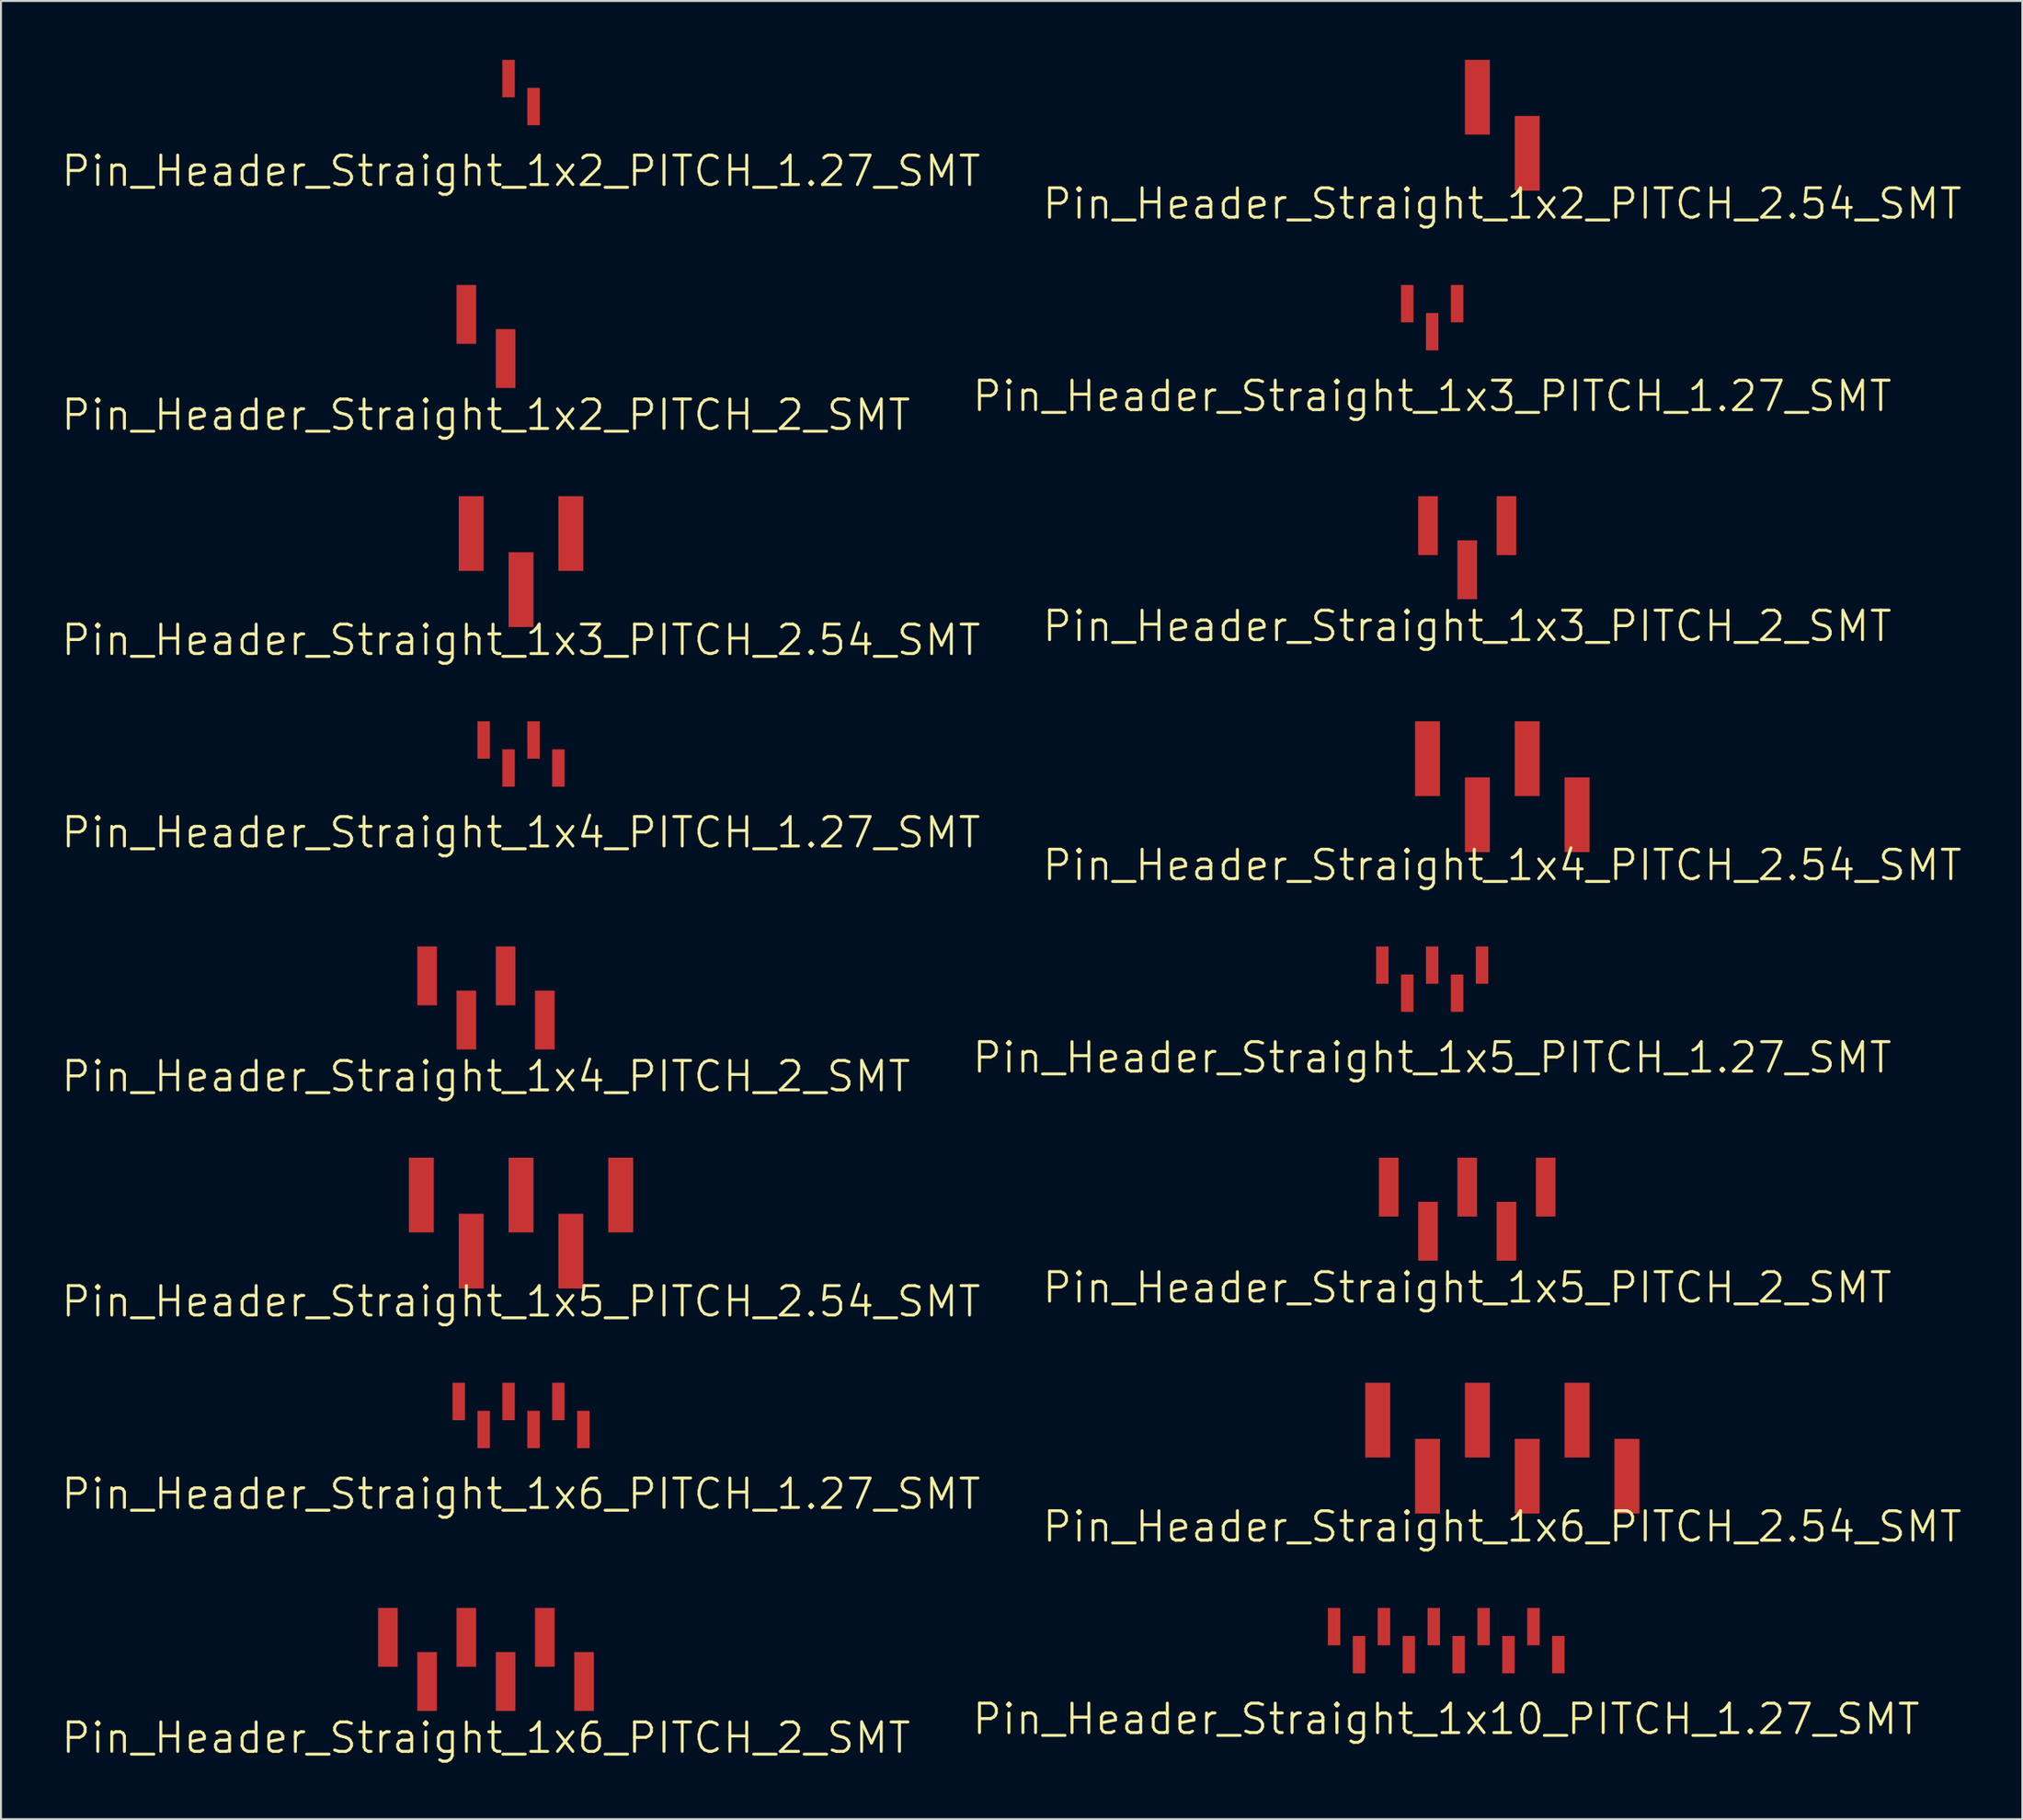
<source format=kicad_pcb>
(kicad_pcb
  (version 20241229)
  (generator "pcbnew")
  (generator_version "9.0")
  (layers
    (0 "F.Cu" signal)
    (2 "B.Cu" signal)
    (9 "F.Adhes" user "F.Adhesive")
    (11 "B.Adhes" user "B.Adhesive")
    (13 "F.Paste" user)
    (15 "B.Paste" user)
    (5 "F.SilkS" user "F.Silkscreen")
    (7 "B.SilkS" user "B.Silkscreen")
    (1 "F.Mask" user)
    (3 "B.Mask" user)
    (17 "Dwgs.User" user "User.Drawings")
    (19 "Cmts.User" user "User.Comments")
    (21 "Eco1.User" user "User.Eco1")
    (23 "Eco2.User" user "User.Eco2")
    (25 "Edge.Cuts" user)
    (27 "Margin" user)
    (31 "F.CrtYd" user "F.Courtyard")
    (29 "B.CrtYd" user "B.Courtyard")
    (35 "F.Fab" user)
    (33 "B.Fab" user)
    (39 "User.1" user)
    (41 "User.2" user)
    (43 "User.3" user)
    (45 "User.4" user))
  (footprint "Pin_Header_Straight_1x3_PITCH_2_SMT"
    (layer "F.Cu")
    (at 71.725 24.865)
    (property "Reference" "Pin_Header_Straight_1x3_PITCH_2_SMT" (at 0 4 0) (layer "F.SilkS") (effects (font (size 1.5 1.5) (thickness 0.15))))
    (attr through_hole)
    (pad "1" smd rect (at -2 -1.125) (size 1 3) (layers "F.Cu" "F.Mask" "F.Paste"))
    (pad "2" smd rect (at 0 1.125) (size 1 3) (layers "F.Cu" "F.Mask" "F.Paste"))
    (pad "3" smd rect (at 2 -1.125) (size 1 3) (layers "F.Cu" "F.Mask" "F.Paste")))
  (footprint "Pin_Header_Straight_1x3_PITCH_1.27_SMT"
    (layer "F.Cu")
    (at 69.939 13.141)
    (property "Reference" "Pin_Header_Straight_1x3_PITCH_1.27_SMT" (at 0 4 0) (layer "F.SilkS") (effects (font (size 1.5 1.5) (thickness 0.15))))
    (attr through_hole)
    (pad "1" smd rect (at -1.27 -0.714) (size 0.635 1.905) (layers "F.Cu" "F.Mask" "F.Paste"))
    (pad "2" smd rect (at 0 0.714) (size 0.635 1.905) (layers "F.Cu" "F.Mask" "F.Paste"))
    (pad "3" smd rect (at 1.27 -0.714) (size 0.635 1.905) (layers "F.Cu" "F.Mask" "F.Paste")))
  (footprint "Pin_Header_Straight_1x6_PITCH_2.54_SMT"
    (layer "F.Cu")
    (at 73.511 70.763)
    (property "Reference" "Pin_Header_Straight_1x6_PITCH_2.54_SMT" (at 0 4 0) (layer "F.SilkS") (effects (font (size 1.5 1.5) (thickness 0.15))))
    (attr through_hole)
    (pad "1" smd rect (at -6.35 -1.429) (size 1.27 3.81) (layers "F.Cu" "F.Mask" "F.Paste"))
    (pad "2" smd rect (at -3.81 1.429) (size 1.27 3.81) (layers "F.Cu" "F.Mask" "F.Paste"))
    (pad "3" smd rect (at -1.27 -1.429) (size 1.27 3.81) (layers "F.Cu" "F.Mask" "F.Paste"))
    (pad "4" smd rect (at 1.27 1.429) (size 1.27 3.81) (layers "F.Cu" "F.Mask" "F.Paste"))
    (pad "5" smd rect (at 3.81 -1.429) (size 1.27 3.81) (layers "F.Cu" "F.Mask" "F.Paste"))
    (pad "6" smd rect (at 6.35 1.429) (size 1.27 3.81) (layers "F.Cu" "F.Mask" "F.Paste")))
  (footprint "Pin_Header_Straight_1x2_PITCH_2_SMT"
    (layer "F.Cu")
    (at 21.718 14.1)
    (property "Reference" "Pin_Header_Straight_1x2_PITCH_2_SMT" (at 0 4 0) (layer "F.SilkS") (effects (font (size 1.5 1.5) (thickness 0.15))))
    (attr through_hole)
    (pad "1" smd rect (at -1 -1.125) (size 1 3) (layers "F.Cu" "F.Mask" "F.Paste"))
    (pad "2" smd rect (at 1 1.125) (size 1 3) (layers "F.Cu" "F.Mask" "F.Paste")))
  (footprint "Pin_Header_Straight_1x5_PITCH_1.27_SMT"
    (layer "F.Cu")
    (at 69.939 46.856)
    (property "Reference" "Pin_Header_Straight_1x5_PITCH_1.27_SMT" (at 0 4 0) (layer "F.SilkS") (effects (font (size 1.5 1.5) (thickness 0.15))))
    (attr through_hole)
    (pad "1" smd rect (at -2.54 -0.714) (size 0.635 1.905) (layers "F.Cu" "F.Mask" "F.Paste"))
    (pad "2" smd rect (at -1.27 0.714) (size 0.635 1.905) (layers "F.Cu" "F.Mask" "F.Paste"))
    (pad "3" smd rect (at 0 -0.714) (size 0.635 1.905) (layers "F.Cu" "F.Mask" "F.Paste"))
    (pad "4" smd rect (at 1.27 0.714) (size 0.635 1.905) (layers "F.Cu" "F.Mask" "F.Paste"))
    (pad "5" smd rect (at 2.54 -0.714) (size 0.635 1.905) (layers "F.Cu" "F.Mask" "F.Paste")))
  (footprint "Pin_Header_Straight_1x5_PITCH_2_SMT"
    (layer "F.Cu")
    (at 71.725 58.58)
    (property "Reference" "Pin_Header_Straight_1x5_PITCH_2_SMT" (at 0 4 0) (layer "F.SilkS") (effects (font (size 1.5 1.5) (thickness 0.15))))
    (attr through_hole)
    (pad "1" smd rect (at -4 -1.125) (size 1 3) (layers "F.Cu" "F.Mask" "F.Paste"))
    (pad "2" smd rect (at -2 1.125) (size 1 3) (layers "F.Cu" "F.Mask" "F.Paste"))
    (pad "3" smd rect (at 0 -1.125) (size 1 3) (layers "F.Cu" "F.Mask" "F.Paste"))
    (pad "4" smd rect (at 2 1.125) (size 1 3) (layers "F.Cu" "F.Mask" "F.Paste"))
    (pad "5" smd rect (at 4 -1.125) (size 1 3) (layers "F.Cu" "F.Mask" "F.Paste")))
  (footprint "Pin_Header_Straight_1x6_PITCH_1.27_SMT"
    (layer "F.Cu")
    (at 23.504 69.096)
    (property "Reference" "Pin_Header_Straight_1x6_PITCH_1.27_SMT" (at 0 4 0) (layer "F.SilkS") (effects (font (size 1.5 1.5) (thickness 0.15))))
    (attr through_hole)
    (pad "1" smd rect (at -3.175 -0.714) (size 0.635 1.905) (layers "F.Cu" "F.Mask" "F.Paste"))
    (pad "2" smd rect (at -1.905 0.714) (size 0.635 1.905) (layers "F.Cu" "F.Mask" "F.Paste"))
    (pad "3" smd rect (at -0.635 -0.714) (size 0.635 1.905) (layers "F.Cu" "F.Mask" "F.Paste"))
    (pad "4" smd rect (at 0.635 0.714) (size 0.635 1.905) (layers "F.Cu" "F.Mask" "F.Paste"))
    (pad "5" smd rect (at 1.905 -0.714) (size 0.635 1.905) (layers "F.Cu" "F.Mask" "F.Paste"))
    (pad "6" smd rect (at 3.175 0.714) (size 0.635 1.905) (layers "F.Cu" "F.Mask" "F.Paste")))
  (footprint "Pin_Header_Straight_1x4_PITCH_2.54_SMT"
    (layer "F.Cu")
    (at 73.511 37.048)
    (property "Reference" "Pin_Header_Straight_1x4_PITCH_2.54_SMT" (at 0 4 0) (layer "F.SilkS") (effects (font (size 1.5 1.5) (thickness 0.15))))
    (attr through_hole)
    (pad "1" smd rect (at -3.81 -1.429) (size 1.27 3.81) (layers "F.Cu" "F.Mask" "F.Paste"))
    (pad "2" smd rect (at -1.27 1.429) (size 1.27 3.81) (layers "F.Cu" "F.Mask" "F.Paste"))
    (pad "3" smd rect (at 1.27 -1.429) (size 1.27 3.81) (layers "F.Cu" "F.Mask" "F.Paste"))
    (pad "4" smd rect (at 3.81 1.429) (size 1.27 3.81) (layers "F.Cu" "F.Mask" "F.Paste")))
  (footprint "Pin_Header_Straight_1x10_PITCH_1.27_SMT"
    (layer "F.Cu")
    (at 70.654 80.571)
    (property "Reference" "Pin_Header_Straight_1x10_PITCH_1.27_SMT" (at 0 4 0) (layer "F.SilkS") (effects (font (size 1.5 1.5) (thickness 0.15))))
    (attr through_hole)
    (pad "1" smd rect (at -5.715 -0.714) (size 0.635 1.905) (layers "F.Cu" "F.Mask" "F.Paste"))
    (pad "2" smd rect (at -4.445 0.714) (size 0.635 1.905) (layers "F.Cu" "F.Mask" "F.Paste"))
    (pad "3" smd rect (at -3.175 -0.714) (size 0.635 1.905) (layers "F.Cu" "F.Mask" "F.Paste"))
    (pad "4" smd rect (at -1.905 0.714) (size 0.635 1.905) (layers "F.Cu" "F.Mask" "F.Paste"))
    (pad "5" smd rect (at -0.635 -0.714) (size 0.635 1.905) (layers "F.Cu" "F.Mask" "F.Paste"))
    (pad "6" smd rect (at 0.635 0.714) (size 0.635 1.905) (layers "F.Cu" "F.Mask" "F.Paste"))
    (pad "7" smd rect (at 1.905 -0.714) (size 0.635 1.905) (layers "F.Cu" "F.Mask" "F.Paste"))
    (pad "8" smd rect (at 3.175 0.714) (size 0.635 1.905) (layers "F.Cu" "F.Mask" "F.Paste"))
    (pad "9" smd rect (at 4.445 -0.714) (size 0.635 1.905) (layers "F.Cu" "F.Mask" "F.Paste"))
    (pad "10" smd rect (at 5.715 0.714) (size 0.635 1.905) (layers "F.Cu" "F.Mask" "F.Paste")))
  (footprint "Pin_Header_Straight_1x4_PITCH_1.27_SMT"
    (layer "F.Cu")
    (at 23.504 35.382)
    (property "Reference" "Pin_Header_Straight_1x4_PITCH_1.27_SMT" (at 0 4 0) (layer "F.SilkS") (effects (font (size 1.5 1.5) (thickness 0.15))))
    (attr through_hole)
    (pad "1" smd rect (at -1.905 -0.714) (size 0.635 1.905) (layers "F.Cu" "F.Mask" "F.Paste"))
    (pad "2" smd rect (at -0.635 0.714) (size 0.635 1.905) (layers "F.Cu" "F.Mask" "F.Paste"))
    (pad "3" smd rect (at 0.635 -0.714) (size 0.635 1.905) (layers "F.Cu" "F.Mask" "F.Paste"))
    (pad "4" smd rect (at 1.905 0.714) (size 0.635 1.905) (layers "F.Cu" "F.Mask" "F.Paste")))
  (footprint "Pin_Header_Straight_1x6_PITCH_2_SMT"
    (layer "F.Cu")
    (at 21.718 81.529)
    (property "Reference" "Pin_Header_Straight_1x6_PITCH_2_SMT" (at 0 4 0) (layer "F.SilkS") (effects (font (size 1.5 1.5) (thickness 0.15))))
    (attr through_hole)
    (pad "1" smd rect (at -5 -1.125) (size 1 3) (layers "F.Cu" "F.Mask" "F.Paste"))
    (pad "2" smd rect (at -3 1.125) (size 1 3) (layers "F.Cu" "F.Mask" "F.Paste"))
    (pad "3" smd rect (at -1 -1.125) (size 1 3) (layers "F.Cu" "F.Mask" "F.Paste"))
    (pad "4" smd rect (at 1 1.125) (size 1 3) (layers "F.Cu" "F.Mask" "F.Paste"))
    (pad "5" smd rect (at 3 -1.125) (size 1 3) (layers "F.Cu" "F.Mask" "F.Paste"))
    (pad "6" smd rect (at 5 1.125) (size 1 3) (layers "F.Cu" "F.Mask" "F.Paste")))
  (footprint "Pin_Header_Straight_1x4_PITCH_2_SMT"
    (layer "F.Cu")
    (at 21.718 47.814)
    (property "Reference" "Pin_Header_Straight_1x4_PITCH_2_SMT" (at 0 4 0) (layer "F.SilkS") (effects (font (size 1.5 1.5) (thickness 0.15))))
    (attr through_hole)
    (pad "1" smd rect (at -3 -1.125) (size 1 3) (layers "F.Cu" "F.Mask" "F.Paste"))
    (pad "2" smd rect (at -1 1.125) (size 1 3) (layers "F.Cu" "F.Mask" "F.Paste"))
    (pad "3" smd rect (at 1 -1.125) (size 1 3) (layers "F.Cu" "F.Mask" "F.Paste"))
    (pad "4" smd rect (at 3 1.125) (size 1 3) (layers "F.Cu" "F.Mask" "F.Paste")))
  (footprint "Pin_Header_Straight_1x3_PITCH_2.54_SMT"
    (layer "F.Cu")
    (at 23.504 25.574)
    (property "Reference" "Pin_Header_Straight_1x3_PITCH_2.54_SMT" (at 0 4 0) (layer "F.SilkS") (effects (font (size 1.5 1.5) (thickness 0.15))))
    (attr through_hole)
    (pad "1" smd rect (at -2.54 -1.429) (size 1.27 3.81) (layers "F.Cu" "F.Mask" "F.Paste"))
    (pad "2" smd rect (at 0 1.429) (size 1.27 3.81) (layers "F.Cu" "F.Mask" "F.Paste"))
    (pad "3" smd rect (at 2.54 -1.429) (size 1.27 3.81) (layers "F.Cu" "F.Mask" "F.Paste")))
  (footprint "Pin_Header_Straight_1x2_PITCH_1.27_SMT"
    (layer "F.Cu")
    (at 23.504 1.667)
    (property "Reference" "Pin_Header_Straight_1x2_PITCH_1.27_SMT" (at 0 4 0) (layer "F.SilkS") (effects (font (size 1.5 1.5) (thickness 0.15))))
    (attr through_hole)
    (pad "1" smd rect (at -0.635 -0.714) (size 0.635 1.905) (layers "F.Cu" "F.Mask" "F.Paste"))
    (pad "2" smd rect (at 0.635 0.714) (size 0.635 1.905) (layers "F.Cu" "F.Mask" "F.Paste")))
  (footprint "Pin_Header_Straight_1x2_PITCH_2.54_SMT"
    (layer "F.Cu")
    (at 73.511 3.334)
    (property "Reference" "Pin_Header_Straight_1x2_PITCH_2.54_SMT" (at 0 4 0) (layer "F.SilkS") (effects (font (size 1.5 1.5) (thickness 0.15))))
    (attr through_hole)
    (pad "1" smd rect (at -1.27 -1.429) (size 1.27 3.81) (layers "F.Cu" "F.Mask" "F.Paste"))
    (pad "2" smd rect (at 1.27 1.429) (size 1.27 3.81) (layers "F.Cu" "F.Mask" "F.Paste")))
  (footprint "Pin_Header_Straight_1x5_PITCH_2.54_SMT"
    (layer "F.Cu")
    (at 23.504 59.289)
    (property "Reference" "Pin_Header_Straight_1x5_PITCH_2.54_SMT" (at 0 4 0) (layer "F.SilkS") (effects (font (size 1.5 1.5) (thickness 0.15))))
    (attr through_hole)
    (pad "1" smd rect (at -5.08 -1.429) (size 1.27 3.81) (layers "F.Cu" "F.Mask" "F.Paste"))
    (pad "2" smd rect (at -2.54 1.429) (size 1.27 3.81) (layers "F.Cu" "F.Mask" "F.Paste"))
    (pad "3" smd rect (at 0 -1.429) (size 1.27 3.81) (layers "F.Cu" "F.Mask" "F.Paste"))
    (pad "4" smd rect (at 2.54 1.429) (size 1.27 3.81) (layers "F.Cu" "F.Mask" "F.Paste"))
    (pad "5" smd rect (at 5.08 -1.429) (size 1.27 3.81) (layers "F.Cu" "F.Mask" "F.Paste")))
  (gr_rect
    (start -3 -3)
    (end 100.014 89.67)
    (stroke (width 0.1) (type default))
    (fill no)
    (layer "Edge.Cuts")))
</source>
